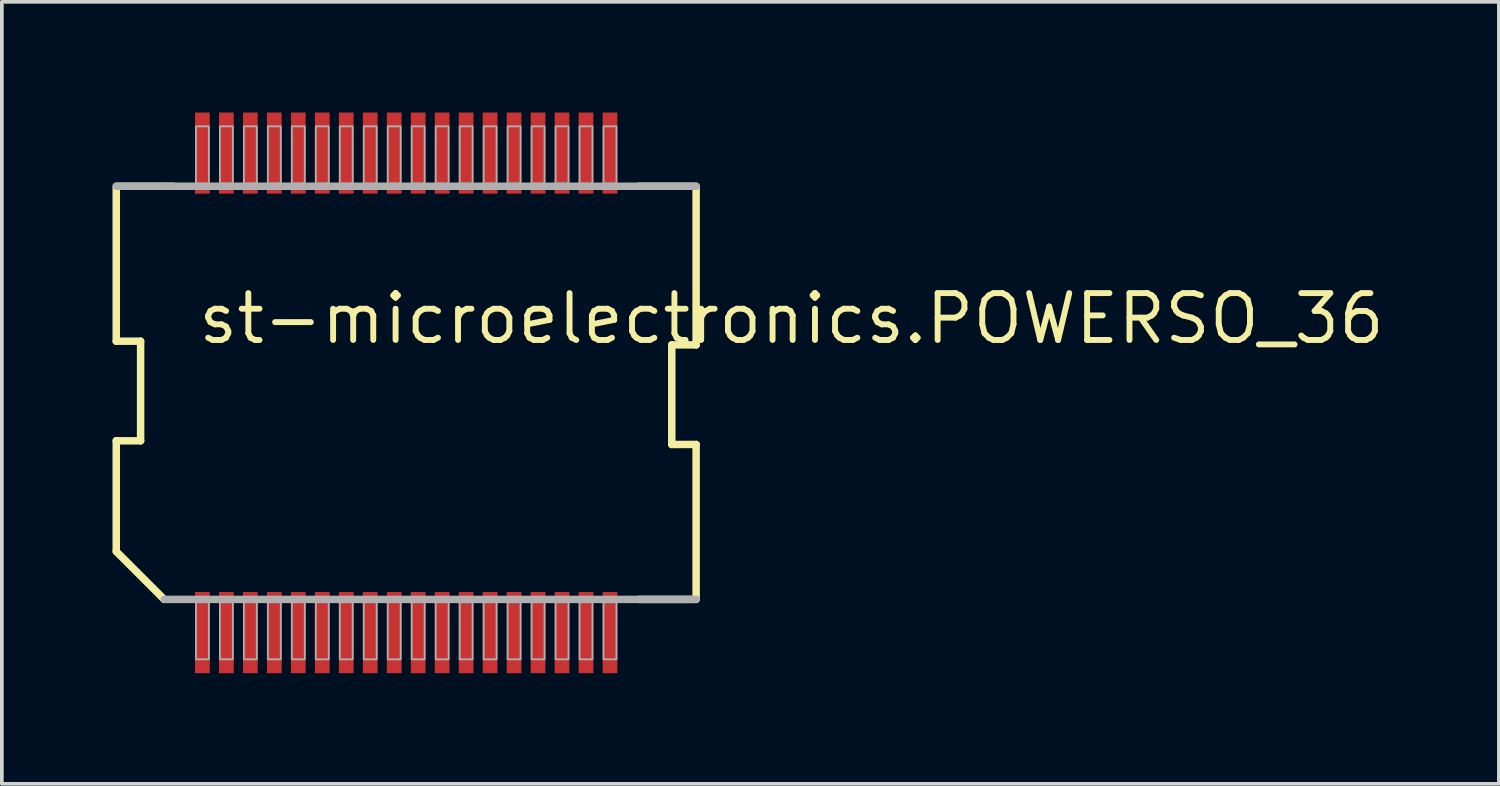
<source format=kicad_pcb>
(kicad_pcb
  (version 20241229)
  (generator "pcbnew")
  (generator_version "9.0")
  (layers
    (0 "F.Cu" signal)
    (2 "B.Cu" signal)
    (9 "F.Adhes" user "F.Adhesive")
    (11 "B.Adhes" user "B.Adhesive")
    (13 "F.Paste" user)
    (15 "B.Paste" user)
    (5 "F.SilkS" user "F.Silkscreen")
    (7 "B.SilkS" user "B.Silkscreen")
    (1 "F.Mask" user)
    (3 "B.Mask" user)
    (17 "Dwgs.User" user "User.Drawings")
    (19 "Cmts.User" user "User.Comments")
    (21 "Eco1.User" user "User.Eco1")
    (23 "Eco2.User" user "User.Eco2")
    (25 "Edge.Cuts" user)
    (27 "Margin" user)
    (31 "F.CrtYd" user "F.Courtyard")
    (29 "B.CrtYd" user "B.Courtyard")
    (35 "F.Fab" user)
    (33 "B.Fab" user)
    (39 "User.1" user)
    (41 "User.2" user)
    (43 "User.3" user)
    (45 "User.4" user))
  (footprint "st-microelectronics.POWERSO_36"
    (layer "F.Cu")
    (at 7.962 7.6)
    (property "Reference" "st-microelectronics.POWERSO_36" (at -5.715 -1.27 0) (layer "F.SilkS") (effects (font (size 1.27 1.27) (thickness 0.16)) (justify left bottom)))
    (attr smd)
    (fp_line (start -7.86 -1.4) (end -7.86 -5.6) (stroke (width 0.203) (type default)) (layer "F.SilkS"))
    (fp_line (start -7.86 1.3) (end -7.2 1.3) (stroke (width 0.203) (type default)) (layer "F.SilkS"))
    (fp_line (start -7.86 4.3) (end -7.86 1.3) (stroke (width 0.203) (type default)) (layer "F.SilkS"))
    (fp_line (start -7.8 -5.6) (end -6.3 -5.6) (stroke (width 0.203) (type default)) (layer "F.SilkS"))
    (fp_line (start -7.2 -1.4) (end -7.86 -1.4) (stroke (width 0.203) (type default)) (layer "F.SilkS"))
    (fp_line (start -7.2 1.3) (end -7.2 -1.4) (stroke (width 0.203) (type default)) (layer "F.SilkS"))
    (fp_line (start -6.56 5.6) (end -7.86 4.3) (stroke (width 0.203) (type default)) (layer "F.SilkS"))
    (fp_line (start 7.2 -1.3) (end 7.2 1.4) (stroke (width 0.203) (type default)) (layer "F.SilkS"))
    (fp_line (start 7.2 1.4) (end 7.86 1.4) (stroke (width 0.203) (type default)) (layer "F.SilkS"))
    (fp_line (start 7.8 -5.6) (end 6.3 -5.6) (stroke (width 0.203) (type default)) (layer "F.SilkS"))
    (fp_line (start 7.8 5.6) (end 6.3 5.6) (stroke (width 0.203) (type default)) (layer "F.SilkS"))
    (fp_line (start 7.86 -5.6) (end 7.86 -1.3) (stroke (width 0.203) (type default)) (layer "F.SilkS"))
    (fp_line (start 7.86 -1.3) (end 7.2 -1.3) (stroke (width 0.203) (type default)) (layer "F.SilkS"))
    (fp_line (start 7.86 1.4) (end 7.86 5.6) (stroke (width 0.203) (type default)) (layer "F.SilkS"))
    (fp_line (start -7.86 -5.6) (end 7.86 -5.6) (stroke (width 0.203) (type default)) (layer "F.Fab"))
    (fp_line (start 7.86 5.6) (end -6.56 5.6) (stroke (width 0.203) (type default)) (layer "F.Fab"))
    (fp_rect (start -5.7 -5.675) (end -5.35 -7.225) (stroke (width 0.05) (type default)) (fill no) (layer "F.Fab"))
    (fp_rect (start -5.7 7.225) (end -5.35 5.675) (stroke (width 0.05) (type default)) (fill no) (layer "F.Fab"))
    (fp_rect (start -5.05 -5.675) (end -4.7 -7.225) (stroke (width 0.05) (type default)) (fill no) (layer "F.Fab"))
    (fp_rect (start -5.05 7.225) (end -4.7 5.675) (stroke (width 0.05) (type default)) (fill no) (layer "F.Fab"))
    (fp_rect (start -4.4 -5.675) (end -4.05 -7.225) (stroke (width 0.05) (type default)) (fill no) (layer "F.Fab"))
    (fp_rect (start -4.4 7.225) (end -4.05 5.675) (stroke (width 0.05) (type default)) (fill no) (layer "F.Fab"))
    (fp_rect (start -3.75 -5.675) (end -3.4 -7.225) (stroke (width 0.05) (type default)) (fill no) (layer "F.Fab"))
    (fp_rect (start -3.75 7.225) (end -3.4 5.675) (stroke (width 0.05) (type default)) (fill no) (layer "F.Fab"))
    (fp_rect (start -3.1 -5.675) (end -2.75 -7.225) (stroke (width 0.05) (type default)) (fill no) (layer "F.Fab"))
    (fp_rect (start -3.1 7.225) (end -2.75 5.675) (stroke (width 0.05) (type default)) (fill no) (layer "F.Fab"))
    (fp_rect (start -2.45 -5.675) (end -2.1 -7.225) (stroke (width 0.05) (type default)) (fill no) (layer "F.Fab"))
    (fp_rect (start -2.45 7.225) (end -2.1 5.675) (stroke (width 0.05) (type default)) (fill no) (layer "F.Fab"))
    (fp_rect (start -1.8 -5.675) (end -1.45 -7.225) (stroke (width 0.05) (type default)) (fill no) (layer "F.Fab"))
    (fp_rect (start -1.8 7.225) (end -1.45 5.675) (stroke (width 0.05) (type default)) (fill no) (layer "F.Fab"))
    (fp_rect (start -1.15 -5.675) (end -0.8 -7.225) (stroke (width 0.05) (type default)) (fill no) (layer "F.Fab"))
    (fp_rect (start -1.15 7.225) (end -0.8 5.675) (stroke (width 0.05) (type default)) (fill no) (layer "F.Fab"))
    (fp_rect (start -0.5 -5.675) (end -0.15 -7.225) (stroke (width 0.05) (type default)) (fill no) (layer "F.Fab"))
    (fp_rect (start -0.5 7.225) (end -0.15 5.675) (stroke (width 0.05) (type default)) (fill no) (layer "F.Fab"))
    (fp_rect (start 0.15 -5.675) (end 0.5 -7.225) (stroke (width 0.05) (type default)) (fill no) (layer "F.Fab"))
    (fp_rect (start 0.15 7.225) (end 0.5 5.675) (stroke (width 0.05) (type default)) (fill no) (layer "F.Fab"))
    (fp_rect (start 0.8 -5.675) (end 1.15 -7.225) (stroke (width 0.05) (type default)) (fill no) (layer "F.Fab"))
    (fp_rect (start 0.8 7.225) (end 1.15 5.675) (stroke (width 0.05) (type default)) (fill no) (layer "F.Fab"))
    (fp_rect (start 1.45 -5.675) (end 1.8 -7.225) (stroke (width 0.05) (type default)) (fill no) (layer "F.Fab"))
    (fp_rect (start 1.45 7.225) (end 1.8 5.675) (stroke (width 0.05) (type default)) (fill no) (layer "F.Fab"))
    (fp_rect (start 2.1 -5.675) (end 2.45 -7.225) (stroke (width 0.05) (type default)) (fill no) (layer "F.Fab"))
    (fp_rect (start 2.1 7.225) (end 2.45 5.675) (stroke (width 0.05) (type default)) (fill no) (layer "F.Fab"))
    (fp_rect (start 2.75 -5.675) (end 3.1 -7.225) (stroke (width 0.05) (type default)) (fill no) (layer "F.Fab"))
    (fp_rect (start 2.75 7.225) (end 3.1 5.675) (stroke (width 0.05) (type default)) (fill no) (layer "F.Fab"))
    (fp_rect (start 3.4 -5.675) (end 3.75 -7.225) (stroke (width 0.05) (type default)) (fill no) (layer "F.Fab"))
    (fp_rect (start 3.4 7.225) (end 3.75 5.675) (stroke (width 0.05) (type default)) (fill no) (layer "F.Fab"))
    (fp_rect (start 4.05 -5.675) (end 4.4 -7.225) (stroke (width 0.05) (type default)) (fill no) (layer "F.Fab"))
    (fp_rect (start 4.05 7.225) (end 4.4 5.675) (stroke (width 0.05) (type default)) (fill no) (layer "F.Fab"))
    (fp_rect (start 4.7 -5.675) (end 5.05 -7.225) (stroke (width 0.05) (type default)) (fill no) (layer "F.Fab"))
    (fp_rect (start 4.7 7.225) (end 5.05 5.675) (stroke (width 0.05) (type default)) (fill no) (layer "F.Fab"))
    (fp_rect (start 5.35 -5.675) (end 5.7 -7.225) (stroke (width 0.05) (type default)) (fill no) (layer "F.Fab"))
    (fp_rect (start 5.35 7.225) (end 5.7 5.675) (stroke (width 0.05) (type default)) (fill no) (layer "F.Fab"))
    (pad "1" smd roundrect (at -5.525 6.5) (size 0.4 2.2) (layers "F.Cu" "F.Mask" "F.Paste") (roundrect_rratio 0.01))
    (pad "2" smd roundrect (at -4.875 6.5) (size 0.4 2.2) (layers "F.Cu" "F.Mask" "F.Paste") (roundrect_rratio 0.01))
    (pad "3" smd roundrect (at -4.225 6.5) (size 0.4 2.2) (layers "F.Cu" "F.Mask" "F.Paste") (roundrect_rratio 0.01))
    (pad "4" smd roundrect (at -3.575 6.5) (size 0.4 2.2) (layers "F.Cu" "F.Mask" "F.Paste") (roundrect_rratio 0.01))
    (pad "5" smd roundrect (at -2.925 6.5) (size 0.4 2.2) (layers "F.Cu" "F.Mask" "F.Paste") (roundrect_rratio 0.01))
    (pad "6" smd roundrect (at -2.275 6.5) (size 0.4 2.2) (layers "F.Cu" "F.Mask" "F.Paste") (roundrect_rratio 0.01))
    (pad "7" smd roundrect (at -1.625 6.5) (size 0.4 2.2) (layers "F.Cu" "F.Mask" "F.Paste") (roundrect_rratio 0.01))
    (pad "8" smd roundrect (at -0.975 6.5) (size 0.4 2.2) (layers "F.Cu" "F.Mask" "F.Paste") (roundrect_rratio 0.01))
    (pad "9" smd roundrect (at -0.325 6.5) (size 0.4 2.2) (layers "F.Cu" "F.Mask" "F.Paste") (roundrect_rratio 0.01))
    (pad "10" smd roundrect (at 0.325 6.5) (size 0.4 2.2) (layers "F.Cu" "F.Mask" "F.Paste") (roundrect_rratio 0.01))
    (pad "11" smd roundrect (at 0.975 6.5) (size 0.4 2.2) (layers "F.Cu" "F.Mask" "F.Paste") (roundrect_rratio 0.01))
    (pad "12" smd roundrect (at 1.625 6.5) (size 0.4 2.2) (layers "F.Cu" "F.Mask" "F.Paste") (roundrect_rratio 0.01))
    (pad "13" smd roundrect (at 2.275 6.5) (size 0.4 2.2) (layers "F.Cu" "F.Mask" "F.Paste") (roundrect_rratio 0.01))
    (pad "14" smd roundrect (at 2.925 6.5) (size 0.4 2.2) (layers "F.Cu" "F.Mask" "F.Paste") (roundrect_rratio 0.01))
    (pad "15" smd roundrect (at 3.575 6.5) (size 0.4 2.2) (layers "F.Cu" "F.Mask" "F.Paste") (roundrect_rratio 0.01))
    (pad "16" smd roundrect (at 4.225 6.5) (size 0.4 2.2) (layers "F.Cu" "F.Mask" "F.Paste") (roundrect_rratio 0.01))
    (pad "17" smd roundrect (at 4.875 6.5) (size 0.4 2.2) (layers "F.Cu" "F.Mask" "F.Paste") (roundrect_rratio 0.01))
    (pad "18" smd roundrect (at 5.525 6.5) (size 0.4 2.2) (layers "F.Cu" "F.Mask" "F.Paste") (roundrect_rratio 0.01))
    (pad "19" smd roundrect (at 5.525 -6.5) (size 0.4 2.2) (layers "F.Cu" "F.Mask" "F.Paste") (roundrect_rratio 0.01))
    (pad "20" smd roundrect (at 4.875 -6.5) (size 0.4 2.2) (layers "F.Cu" "F.Mask" "F.Paste") (roundrect_rratio 0.01))
    (pad "21" smd roundrect (at 4.225 -6.5) (size 0.4 2.2) (layers "F.Cu" "F.Mask" "F.Paste") (roundrect_rratio 0.01))
    (pad "22" smd roundrect (at 3.575 -6.5) (size 0.4 2.2) (layers "F.Cu" "F.Mask" "F.Paste") (roundrect_rratio 0.01))
    (pad "23" smd roundrect (at 2.925 -6.5) (size 0.4 2.2) (layers "F.Cu" "F.Mask" "F.Paste") (roundrect_rratio 0.01))
    (pad "24" smd roundrect (at 2.275 -6.5) (size 0.4 2.2) (layers "F.Cu" "F.Mask" "F.Paste") (roundrect_rratio 0.01))
    (pad "25" smd roundrect (at 1.625 -6.5) (size 0.4 2.2) (layers "F.Cu" "F.Mask" "F.Paste") (roundrect_rratio 0.01))
    (pad "26" smd roundrect (at 0.975 -6.5) (size 0.4 2.2) (layers "F.Cu" "F.Mask" "F.Paste") (roundrect_rratio 0.01))
    (pad "27" smd roundrect (at 0.325 -6.5) (size 0.4 2.2) (layers "F.Cu" "F.Mask" "F.Paste") (roundrect_rratio 0.01))
    (pad "28" smd roundrect (at -0.325 -6.5) (size 0.4 2.2) (layers "F.Cu" "F.Mask" "F.Paste") (roundrect_rratio 0.01))
    (pad "29" smd roundrect (at -0.975 -6.5) (size 0.4 2.2) (layers "F.Cu" "F.Mask" "F.Paste") (roundrect_rratio 0.01))
    (pad "30" smd roundrect (at -1.625 -6.5) (size 0.4 2.2) (layers "F.Cu" "F.Mask" "F.Paste") (roundrect_rratio 0.01))
    (pad "31" smd roundrect (at -2.275 -6.5) (size 0.4 2.2) (layers "F.Cu" "F.Mask" "F.Paste") (roundrect_rratio 0.01))
    (pad "32" smd roundrect (at -2.925 -6.5) (size 0.4 2.2) (layers "F.Cu" "F.Mask" "F.Paste") (roundrect_rratio 0.01))
    (pad "33" smd roundrect (at -3.575 -6.5) (size 0.4 2.2) (layers "F.Cu" "F.Mask" "F.Paste") (roundrect_rratio 0.01))
    (pad "34" smd roundrect (at -4.225 -6.5) (size 0.4 2.2) (layers "F.Cu" "F.Mask" "F.Paste") (roundrect_rratio 0.01))
    (pad "35" smd roundrect (at -4.875 -6.5) (size 0.4 2.2) (layers "F.Cu" "F.Mask" "F.Paste") (roundrect_rratio 0.01))
    (pad "36" smd roundrect (at -5.525 -6.5) (size 0.4 2.2) (layers "F.Cu" "F.Mask" "F.Paste") (roundrect_rratio 0.01)))
  (gr_rect
    (start -3 -3)
    (end 37.585 18.2)
    (stroke (width 0.1) (type default))
    (fill no)
    (layer "Edge.Cuts")))
</source>
